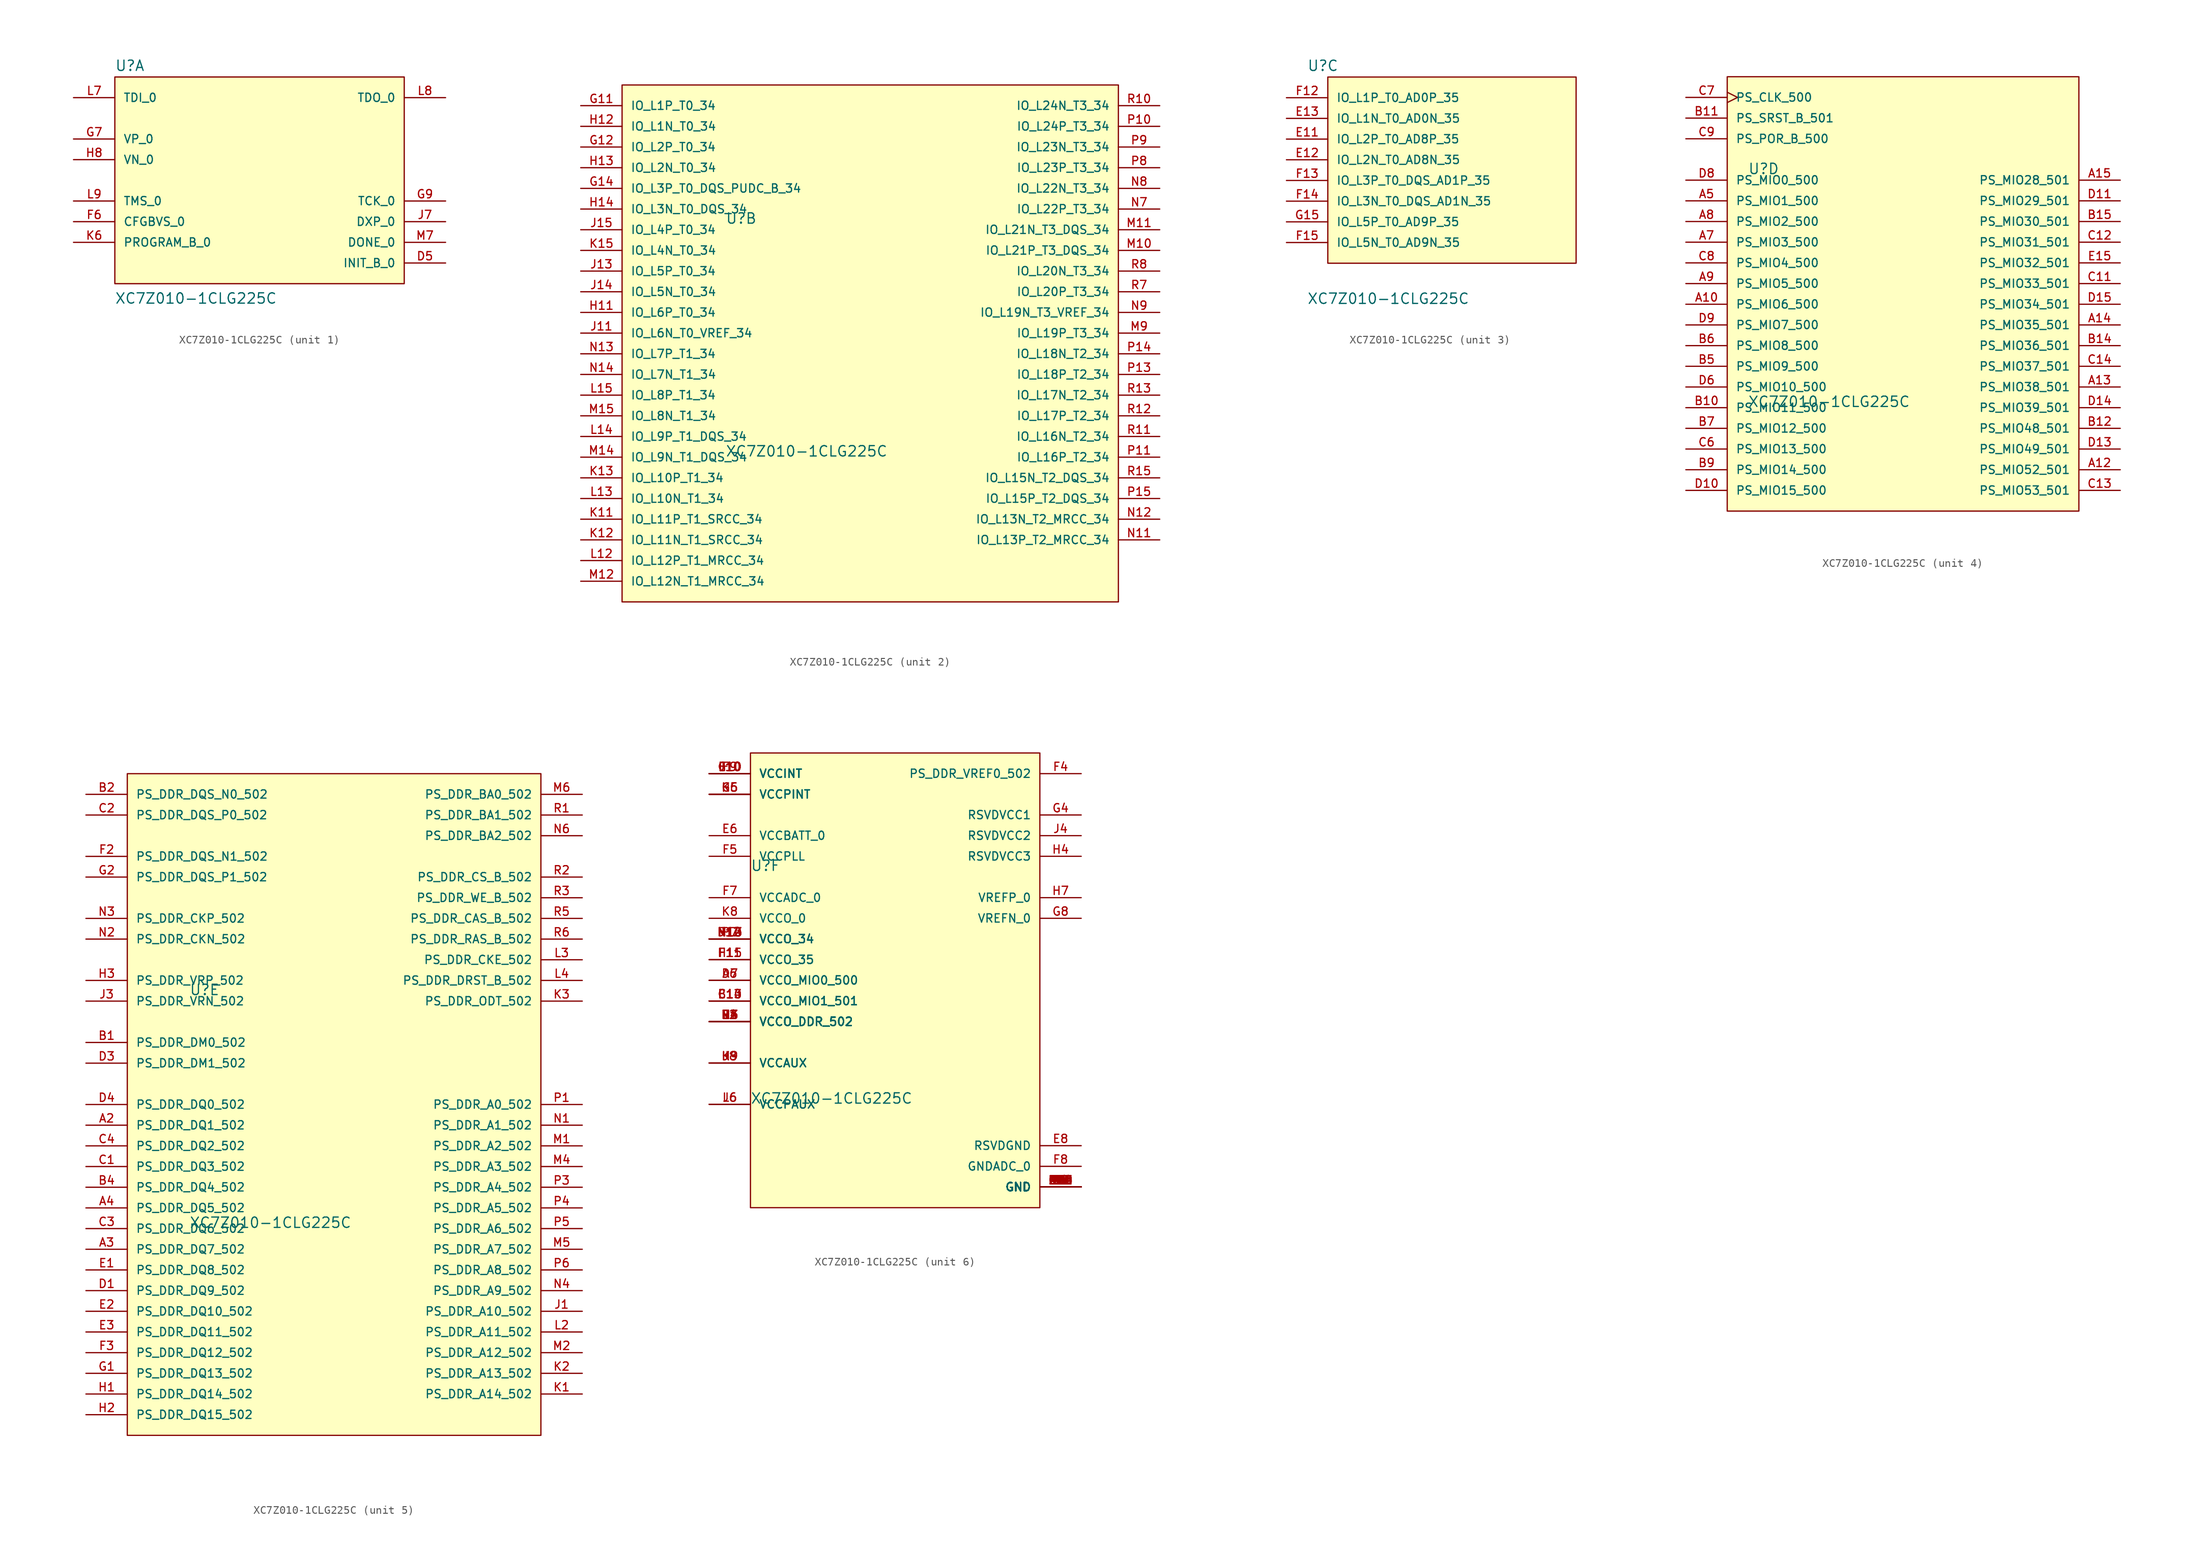
<source format=kicad_sym>
(kicad_symbol_lib
  (version 20211014)
  (generator kicad_symbol_editor)
  (symbol "XC7Z010-1CLG225C"
    (pin_names
      (offset 1.016))
    (property "Reference" "U"
      (at -17.791 13.344 0)
      (effects (font (size 1.27 1.27)) (justify bottom left)))
    (property "Value" "XC7Z010-1CLG225C"
      (at -17.798 -15.255 0)
      (effects (font (size 1.27 1.27)) (justify bottom left)))
    (symbol "XC7Z010-1CLG225C_1_0"
      (rectangle (start -17.78 -12.7) (end 17.78 12.7) (stroke (width 0.152)) (fill (type background)))
      (pin bidirectional line (at 22.86 -7.62 180.0) (length 5.08) (name "DONE_0" (effects (font (size 1.016 1.016)))) (number "M7" (effects (font (size 1.016 1.016)))))
      (pin bidirectional line (at 22.86 -5.08 180.0) (length 5.08) (name "DXP_0" (effects (font (size 1.016 1.016)))) (number "J7" (effects (font (size 1.016 1.016)))))
      (pin bidirectional line (at 22.86 -2.54 180.0) (length 5.08) (name "TCK_0" (effects (font (size 1.016 1.016)))) (number "G9" (effects (font (size 1.016 1.016)))))
      (pin bidirectional line (at 22.86 -10.16 180.0) (length 5.08) (name "INIT_B_0" (effects (font (size 1.016 1.016)))) (number "D5" (effects (font (size 1.016 1.016)))))
      (pin input line (at -22.86 10.16 0) (length 5.08) (name "TDI_0" (effects (font (size 1.016 1.016)))) (number "L7" (effects (font (size 1.016 1.016)))))
      (pin output line (at 22.86 10.16 180.0) (length 5.08) (name "TDO_0" (effects (font (size 1.016 1.016)))) (number "L8" (effects (font (size 1.016 1.016)))))
      (pin input line (at -22.86 -7.62 0) (length 5.08) (name "PROGRAM_B_0" (effects (font (size 1.016 1.016)))) (number "K6" (effects (font (size 1.016 1.016)))))
      (pin input line (at -22.86 -5.08 0) (length 5.08) (name "CFGBVS_0" (effects (font (size 1.016 1.016)))) (number "F6" (effects (font (size 1.016 1.016)))))
      (pin input line (at -22.86 -2.54 0) (length 5.08) (name "TMS_0" (effects (font (size 1.016 1.016)))) (number "L9" (effects (font (size 1.016 1.016)))))
      (pin input line (at -22.86 2.54 0) (length 5.08) (name "VN_0" (effects (font (size 1.016 1.016)))) (number "H8" (effects (font (size 1.016 1.016)))))
      (pin input line (at -22.86 5.08 0) (length 5.08) (name "VP_0" (effects (font (size 1.016 1.016)))) (number "G7" (effects (font (size 1.016 1.016))))))
    (symbol "XC7Z010-1CLG225C_2_0"
      (rectangle (start -30.48 -33.02) (end 30.48 30.48) (stroke (width 0.152)) (fill (type background)))
      (pin bidirectional line (at -35.56 27.94 0) (length 5.08) (name "IO_L1P_T0_34" (effects (font (size 1.016 1.016)))) (number "G11" (effects (font (size 1.016 1.016)))))
      (pin bidirectional line (at -35.56 25.4 0) (length 5.08) (name "IO_L1N_T0_34" (effects (font (size 1.016 1.016)))) (number "H12" (effects (font (size 1.016 1.016)))))
      (pin bidirectional line (at -35.56 22.86 0) (length 5.08) (name "IO_L2P_T0_34" (effects (font (size 1.016 1.016)))) (number "G12" (effects (font (size 1.016 1.016)))))
      (pin bidirectional line (at -35.56 20.32 0) (length 5.08) (name "IO_L2N_T0_34" (effects (font (size 1.016 1.016)))) (number "H13" (effects (font (size 1.016 1.016)))))
      (pin bidirectional line (at -35.56 17.78 0) (length 5.08) (name "IO_L3P_T0_DQS_PUDC_B_34" (effects (font (size 1.016 1.016)))) (number "G14" (effects (font (size 1.016 1.016)))))
      (pin bidirectional line (at -35.56 15.24 0) (length 5.08) (name "IO_L3N_T0_DQS_34" (effects (font (size 1.016 1.016)))) (number "H14" (effects (font (size 1.016 1.016)))))
      (pin bidirectional line (at -35.56 12.7 0) (length 5.08) (name "IO_L4P_T0_34" (effects (font (size 1.016 1.016)))) (number "J15" (effects (font (size 1.016 1.016)))))
      (pin bidirectional line (at -35.56 10.16 0) (length 5.08) (name "IO_L4N_T0_34" (effects (font (size 1.016 1.016)))) (number "K15" (effects (font (size 1.016 1.016)))))
      (pin bidirectional line (at -35.56 7.62 0) (length 5.08) (name "IO_L5P_T0_34" (effects (font (size 1.016 1.016)))) (number "J13" (effects (font (size 1.016 1.016)))))
      (pin bidirectional line (at -35.56 5.08 0) (length 5.08) (name "IO_L5N_T0_34" (effects (font (size 1.016 1.016)))) (number "J14" (effects (font (size 1.016 1.016)))))
      (pin bidirectional line (at -35.56 2.54 0) (length 5.08) (name "IO_L6P_T0_34" (effects (font (size 1.016 1.016)))) (number "H11" (effects (font (size 1.016 1.016)))))
      (pin bidirectional line (at -35.56 0.0 0) (length 5.08) (name "IO_L6N_T0_VREF_34" (effects (font (size 1.016 1.016)))) (number "J11" (effects (font (size 1.016 1.016)))))
      (pin bidirectional line (at -35.56 -2.54 0) (length 5.08) (name "IO_L7P_T1_34" (effects (font (size 1.016 1.016)))) (number "N13" (effects (font (size 1.016 1.016)))))
      (pin bidirectional line (at -35.56 -5.08 0) (length 5.08) (name "IO_L7N_T1_34" (effects (font (size 1.016 1.016)))) (number "N14" (effects (font (size 1.016 1.016)))))
      (pin bidirectional line (at -35.56 -7.62 0) (length 5.08) (name "IO_L8P_T1_34" (effects (font (size 1.016 1.016)))) (number "L15" (effects (font (size 1.016 1.016)))))
      (pin bidirectional line (at -35.56 -10.16 0) (length 5.08) (name "IO_L8N_T1_34" (effects (font (size 1.016 1.016)))) (number "M15" (effects (font (size 1.016 1.016)))))
      (pin bidirectional line (at -35.56 -12.7 0) (length 5.08) (name "IO_L9P_T1_DQS_34" (effects (font (size 1.016 1.016)))) (number "L14" (effects (font (size 1.016 1.016)))))
      (pin bidirectional line (at -35.56 -15.24 0) (length 5.08) (name "IO_L9N_T1_DQS_34" (effects (font (size 1.016 1.016)))) (number "M14" (effects (font (size 1.016 1.016)))))
      (pin bidirectional line (at -35.56 -17.78 0) (length 5.08) (name "IO_L10P_T1_34" (effects (font (size 1.016 1.016)))) (number "K13" (effects (font (size 1.016 1.016)))))
      (pin bidirectional line (at -35.56 -20.32 0) (length 5.08) (name "IO_L10N_T1_34" (effects (font (size 1.016 1.016)))) (number "L13" (effects (font (size 1.016 1.016)))))
      (pin bidirectional line (at -35.56 -22.86 0) (length 5.08) (name "IO_L11P_T1_SRCC_34" (effects (font (size 1.016 1.016)))) (number "K11" (effects (font (size 1.016 1.016)))))
      (pin bidirectional line (at -35.56 -25.4 0) (length 5.08) (name "IO_L11N_T1_SRCC_34" (effects (font (size 1.016 1.016)))) (number "K12" (effects (font (size 1.016 1.016)))))
      (pin bidirectional line (at -35.56 -27.94 0) (length 5.08) (name "IO_L12P_T1_MRCC_34" (effects (font (size 1.016 1.016)))) (number "L12" (effects (font (size 1.016 1.016)))))
      (pin bidirectional line (at -35.56 -30.48 0) (length 5.08) (name "IO_L12N_T1_MRCC_34" (effects (font (size 1.016 1.016)))) (number "M12" (effects (font (size 1.016 1.016)))))
      (pin bidirectional line (at 35.56 -25.4 180.0) (length 5.08) (name "IO_L13P_T2_MRCC_34" (effects (font (size 1.016 1.016)))) (number "N11" (effects (font (size 1.016 1.016)))))
      (pin bidirectional line (at 35.56 -22.86 180.0) (length 5.08) (name "IO_L13N_T2_MRCC_34" (effects (font (size 1.016 1.016)))) (number "N12" (effects (font (size 1.016 1.016)))))
      (pin bidirectional line (at 35.56 -17.78 180.0) (length 5.08) (name "IO_L15N_T2_DQS_34" (effects (font (size 1.016 1.016)))) (number "R15" (effects (font (size 1.016 1.016)))))
      (pin bidirectional line (at 35.56 -20.32 180.0) (length 5.08) (name "IO_L15P_T2_DQS_34" (effects (font (size 1.016 1.016)))) (number "P15" (effects (font (size 1.016 1.016)))))
      (pin bidirectional line (at 35.56 -15.24 180.0) (length 5.08) (name "IO_L16P_T2_34" (effects (font (size 1.016 1.016)))) (number "P11" (effects (font (size 1.016 1.016)))))
      (pin bidirectional line (at 35.56 -12.7 180.0) (length 5.08) (name "IO_L16N_T2_34" (effects (font (size 1.016 1.016)))) (number "R11" (effects (font (size 1.016 1.016)))))
      (pin bidirectional line (at 35.56 -10.16 180.0) (length 5.08) (name "IO_L17P_T2_34" (effects (font (size 1.016 1.016)))) (number "R12" (effects (font (size 1.016 1.016)))))
      (pin bidirectional line (at 35.56 -7.62 180.0) (length 5.08) (name "IO_L17N_T2_34" (effects (font (size 1.016 1.016)))) (number "R13" (effects (font (size 1.016 1.016)))))
      (pin bidirectional line (at 35.56 -5.08 180.0) (length 5.08) (name "IO_L18P_T2_34" (effects (font (size 1.016 1.016)))) (number "P13" (effects (font (size 1.016 1.016)))))
      (pin bidirectional line (at 35.56 -2.54 180.0) (length 5.08) (name "IO_L18N_T2_34" (effects (font (size 1.016 1.016)))) (number "P14" (effects (font (size 1.016 1.016)))))
      (pin bidirectional line (at 35.56 0.0 180.0) (length 5.08) (name "IO_L19P_T3_34" (effects (font (size 1.016 1.016)))) (number "M9" (effects (font (size 1.016 1.016)))))
      (pin bidirectional line (at 35.56 2.54 180.0) (length 5.08) (name "IO_L19N_T3_VREF_34" (effects (font (size 1.016 1.016)))) (number "N9" (effects (font (size 1.016 1.016)))))
      (pin bidirectional line (at 35.56 5.08 180.0) (length 5.08) (name "IO_L20P_T3_34" (effects (font (size 1.016 1.016)))) (number "R7" (effects (font (size 1.016 1.016)))))
      (pin bidirectional line (at 35.56 7.62 180.0) (length 5.08) (name "IO_L20N_T3_34" (effects (font (size 1.016 1.016)))) (number "R8" (effects (font (size 1.016 1.016)))))
      (pin bidirectional line (at 35.56 10.16 180.0) (length 5.08) (name "IO_L21P_T3_DQS_34" (effects (font (size 1.016 1.016)))) (number "M10" (effects (font (size 1.016 1.016)))))
      (pin bidirectional line (at 35.56 15.24 180.0) (length 5.08) (name "IO_L22P_T3_34" (effects (font (size 1.016 1.016)))) (number "N7" (effects (font (size 1.016 1.016)))))
      (pin bidirectional line (at 35.56 12.7 180.0) (length 5.08) (name "IO_L21N_T3_DQS_34" (effects (font (size 1.016 1.016)))) (number "M11" (effects (font (size 1.016 1.016)))))
      (pin bidirectional line (at 35.56 17.78 180.0) (length 5.08) (name "IO_L22N_T3_34" (effects (font (size 1.016 1.016)))) (number "N8" (effects (font (size 1.016 1.016)))))
      (pin bidirectional line (at 35.56 20.32 180.0) (length 5.08) (name "IO_L23P_T3_34" (effects (font (size 1.016 1.016)))) (number "P8" (effects (font (size 1.016 1.016)))))
      (pin bidirectional line (at 35.56 22.86 180.0) (length 5.08) (name "IO_L23N_T3_34" (effects (font (size 1.016 1.016)))) (number "P9" (effects (font (size 1.016 1.016)))))
      (pin bidirectional line (at 35.56 25.4 180.0) (length 5.08) (name "IO_L24P_T3_34" (effects (font (size 1.016 1.016)))) (number "P10" (effects (font (size 1.016 1.016)))))
      (pin bidirectional line (at 35.56 27.94 180.0) (length 5.08) (name "IO_L24N_T3_34" (effects (font (size 1.016 1.016)))) (number "R10" (effects (font (size 1.016 1.016))))))
    (symbol "XC7Z010-1CLG225C_3_0"
      (rectangle (start -15.24 -10.16) (end 15.24 12.7) (stroke (width 0.152)) (fill (type background)))
      (pin bidirectional line (at -20.32 10.16 0) (length 5.08) (name "IO_L1P_T0_AD0P_35" (effects (font (size 1.016 1.016)))) (number "F12" (effects (font (size 1.016 1.016)))))
      (pin bidirectional line (at -20.32 7.62 0) (length 5.08) (name "IO_L1N_T0_AD0N_35" (effects (font (size 1.016 1.016)))) (number "E13" (effects (font (size 1.016 1.016)))))
      (pin bidirectional line (at -20.32 5.08 0) (length 5.08) (name "IO_L2P_T0_AD8P_35" (effects (font (size 1.016 1.016)))) (number "E11" (effects (font (size 1.016 1.016)))))
      (pin bidirectional line (at -20.32 2.54 0) (length 5.08) (name "IO_L2N_T0_AD8N_35" (effects (font (size 1.016 1.016)))) (number "E12" (effects (font (size 1.016 1.016)))))
      (pin bidirectional line (at -20.32 0.0 0) (length 5.08) (name "IO_L3P_T0_DQS_AD1P_35" (effects (font (size 1.016 1.016)))) (number "F13" (effects (font (size 1.016 1.016)))))
      (pin bidirectional line (at -20.32 -2.54 0) (length 5.08) (name "IO_L3N_T0_DQS_AD1N_35" (effects (font (size 1.016 1.016)))) (number "F14" (effects (font (size 1.016 1.016)))))
      (pin bidirectional line (at -20.32 -5.08 0) (length 5.08) (name "IO_L5P_T0_AD9P_35" (effects (font (size 1.016 1.016)))) (number "G15" (effects (font (size 1.016 1.016)))))
      (pin bidirectional line (at -20.32 -7.62 0) (length 5.08) (name "IO_L5N_T0_AD9N_35" (effects (font (size 1.016 1.016)))) (number "F15" (effects (font (size 1.016 1.016))))))
    (symbol "XC7Z010-1CLG225C_4_0"
      (rectangle (start -20.32 -27.94) (end 22.86 25.4) (stroke (width 0.152)) (fill (type background)))
      (pin bidirectional line (at -25.4 10.16 0) (length 5.08) (name "PS_MIO1_500" (effects (font (size 1.016 1.016)))) (number "A5" (effects (font (size 1.016 1.016)))))
      (pin bidirectional line (at -25.4 5.08 0) (length 5.08) (name "PS_MIO3_500" (effects (font (size 1.016 1.016)))) (number "A7" (effects (font (size 1.016 1.016)))))
      (pin bidirectional line (at -25.4 7.62 0) (length 5.08) (name "PS_MIO2_500" (effects (font (size 1.016 1.016)))) (number "A8" (effects (font (size 1.016 1.016)))))
      (pin bidirectional line (at -25.4 0.0 0) (length 5.08) (name "PS_MIO5_500" (effects (font (size 1.016 1.016)))) (number "A9" (effects (font (size 1.016 1.016)))))
      (pin bidirectional line (at -25.4 -2.54 0) (length 5.08) (name "PS_MIO6_500" (effects (font (size 1.016 1.016)))) (number "A10" (effects (font (size 1.016 1.016)))))
      (pin bidirectional line (at 27.94 -22.86 180.0) (length 5.08) (name "PS_MIO52_501" (effects (font (size 1.016 1.016)))) (number "A12" (effects (font (size 1.016 1.016)))))
      (pin bidirectional line (at 27.94 -12.7 180.0) (length 5.08) (name "PS_MIO38_501" (effects (font (size 1.016 1.016)))) (number "A13" (effects (font (size 1.016 1.016)))))
      (pin bidirectional line (at 27.94 -5.08 180.0) (length 5.08) (name "PS_MIO35_501" (effects (font (size 1.016 1.016)))) (number "A14" (effects (font (size 1.016 1.016)))))
      (pin bidirectional line (at 27.94 12.7 180.0) (length 5.08) (name "PS_MIO28_501" (effects (font (size 1.016 1.016)))) (number "A15" (effects (font (size 1.016 1.016)))))
      (pin bidirectional line (at -25.4 -10.16 0) (length 5.08) (name "PS_MIO9_500" (effects (font (size 1.016 1.016)))) (number "B5" (effects (font (size 1.016 1.016)))))
      (pin bidirectional line (at -25.4 -7.62 0) (length 5.08) (name "PS_MIO8_500" (effects (font (size 1.016 1.016)))) (number "B6" (effects (font (size 1.016 1.016)))))
      (pin bidirectional line (at -25.4 -17.78 0) (length 5.08) (name "PS_MIO12_500" (effects (font (size 1.016 1.016)))) (number "B7" (effects (font (size 1.016 1.016)))))
      (pin bidirectional line (at -25.4 -22.86 0) (length 5.08) (name "PS_MIO14_500" (effects (font (size 1.016 1.016)))) (number "B9" (effects (font (size 1.016 1.016)))))
      (pin bidirectional line (at -25.4 -15.24 0) (length 5.08) (name "PS_MIO11_500" (effects (font (size 1.016 1.016)))) (number "B10" (effects (font (size 1.016 1.016)))))
      (pin input line (at -25.4 20.32 0) (length 5.08) (name "PS_SRST_B_501" (effects (font (size 1.016 1.016)))) (number "B11" (effects (font (size 1.016 1.016)))))
      (pin bidirectional line (at 27.94 -17.78 180.0) (length 5.08) (name "PS_MIO48_501" (effects (font (size 1.016 1.016)))) (number "B12" (effects (font (size 1.016 1.016)))))
      (pin bidirectional line (at 27.94 -7.62 180.0) (length 5.08) (name "PS_MIO36_501" (effects (font (size 1.016 1.016)))) (number "B14" (effects (font (size 1.016 1.016)))))
      (pin bidirectional line (at 27.94 7.62 180.0) (length 5.08) (name "PS_MIO30_501" (effects (font (size 1.016 1.016)))) (number "B15" (effects (font (size 1.016 1.016)))))
      (pin bidirectional line (at -25.4 -20.32 0) (length 5.08) (name "PS_MIO13_500" (effects (font (size 1.016 1.016)))) (number "C6" (effects (font (size 1.016 1.016)))))
      (pin input clock (at -25.4 22.86 0) (length 5.08) (name "PS_CLK_500" (effects (font (size 1.016 1.016)))) (number "C7" (effects (font (size 1.016 1.016)))))
      (pin bidirectional line (at -25.4 2.54 0) (length 5.08) (name "PS_MIO4_500" (effects (font (size 1.016 1.016)))) (number "C8" (effects (font (size 1.016 1.016)))))
      (pin input line (at -25.4 17.78 0) (length 5.08) (name "PS_POR_B_500" (effects (font (size 1.016 1.016)))) (number "C9" (effects (font (size 1.016 1.016)))))
      (pin bidirectional line (at 27.94 0.0 180.0) (length 5.08) (name "PS_MIO33_501" (effects (font (size 1.016 1.016)))) (number "C11" (effects (font (size 1.016 1.016)))))
      (pin bidirectional line (at 27.94 5.08 180.0) (length 5.08) (name "PS_MIO31_501" (effects (font (size 1.016 1.016)))) (number "C12" (effects (font (size 1.016 1.016)))))
      (pin bidirectional line (at 27.94 -25.4 180.0) (length 5.08) (name "PS_MIO53_501" (effects (font (size 1.016 1.016)))) (number "C13" (effects (font (size 1.016 1.016)))))
      (pin bidirectional line (at 27.94 -10.16 180.0) (length 5.08) (name "PS_MIO37_501" (effects (font (size 1.016 1.016)))) (number "C14" (effects (font (size 1.016 1.016)))))
      (pin bidirectional line (at -25.4 -12.7 0) (length 5.08) (name "PS_MIO10_500" (effects (font (size 1.016 1.016)))) (number "D6" (effects (font (size 1.016 1.016)))))
      (pin bidirectional line (at -25.4 12.7 0) (length 5.08) (name "PS_MIO0_500" (effects (font (size 1.016 1.016)))) (number "D8" (effects (font (size 1.016 1.016)))))
      (pin bidirectional line (at -25.4 -5.08 0) (length 5.08) (name "PS_MIO7_500" (effects (font (size 1.016 1.016)))) (number "D9" (effects (font (size 1.016 1.016)))))
      (pin bidirectional line (at -25.4 -25.4 0) (length 5.08) (name "PS_MIO15_500" (effects (font (size 1.016 1.016)))) (number "D10" (effects (font (size 1.016 1.016)))))
      (pin bidirectional line (at 27.94 10.16 180.0) (length 5.08) (name "PS_MIO29_501" (effects (font (size 1.016 1.016)))) (number "D11" (effects (font (size 1.016 1.016)))))
      (pin bidirectional line (at 27.94 -20.32 180.0) (length 5.08) (name "PS_MIO49_501" (effects (font (size 1.016 1.016)))) (number "D13" (effects (font (size 1.016 1.016)))))
      (pin bidirectional line (at 27.94 -15.24 180.0) (length 5.08) (name "PS_MIO39_501" (effects (font (size 1.016 1.016)))) (number "D14" (effects (font (size 1.016 1.016)))))
      (pin bidirectional line (at 27.94 -2.54 180.0) (length 5.08) (name "PS_MIO34_501" (effects (font (size 1.016 1.016)))) (number "D15" (effects (font (size 1.016 1.016)))))
      (pin bidirectional line (at 27.94 2.54 180.0) (length 5.08) (name "PS_MIO32_501" (effects (font (size 1.016 1.016)))) (number "E15" (effects (font (size 1.016 1.016))))))
    (symbol "XC7Z010-1CLG225C_5_0"
      (rectangle (start -25.4 -40.64) (end 25.4 40.64) (stroke (width 0.152)) (fill (type background)))
      (pin bidirectional line (at -30.48 -2.54 0) (length 5.08) (name "PS_DDR_DQ1_502" (effects (font (size 1.016 1.016)))) (number "A2" (effects (font (size 1.016 1.016)))))
      (pin bidirectional line (at -30.48 -17.78 0) (length 5.08) (name "PS_DDR_DQ7_502" (effects (font (size 1.016 1.016)))) (number "A3" (effects (font (size 1.016 1.016)))))
      (pin bidirectional line (at -30.48 -12.7 0) (length 5.08) (name "PS_DDR_DQ5_502" (effects (font (size 1.016 1.016)))) (number "A4" (effects (font (size 1.016 1.016)))))
      (pin bidirectional line (at -30.48 7.62 0) (length 5.08) (name "PS_DDR_DM0_502" (effects (font (size 1.016 1.016)))) (number "B1" (effects (font (size 1.016 1.016)))))
      (pin bidirectional line (at -30.48 38.1 0) (length 5.08) (name "PS_DDR_DQS_N0_502" (effects (font (size 1.016 1.016)))) (number "B2" (effects (font (size 1.016 1.016)))))
      (pin bidirectional line (at -30.48 -10.16 0) (length 5.08) (name "PS_DDR_DQ4_502" (effects (font (size 1.016 1.016)))) (number "B4" (effects (font (size 1.016 1.016)))))
      (pin bidirectional line (at -30.48 -7.62 0) (length 5.08) (name "PS_DDR_DQ3_502" (effects (font (size 1.016 1.016)))) (number "C1" (effects (font (size 1.016 1.016)))))
      (pin bidirectional line (at -30.48 35.56 0) (length 5.08) (name "PS_DDR_DQS_P0_502" (effects (font (size 1.016 1.016)))) (number "C2" (effects (font (size 1.016 1.016)))))
      (pin bidirectional line (at -30.48 -15.24 0) (length 5.08) (name "PS_DDR_DQ6_502" (effects (font (size 1.016 1.016)))) (number "C3" (effects (font (size 1.016 1.016)))))
      (pin bidirectional line (at -30.48 -5.08 0) (length 5.08) (name "PS_DDR_DQ2_502" (effects (font (size 1.016 1.016)))) (number "C4" (effects (font (size 1.016 1.016)))))
      (pin bidirectional line (at -30.48 -22.86 0) (length 5.08) (name "PS_DDR_DQ9_502" (effects (font (size 1.016 1.016)))) (number "D1" (effects (font (size 1.016 1.016)))))
      (pin bidirectional line (at -30.48 5.08 0) (length 5.08) (name "PS_DDR_DM1_502" (effects (font (size 1.016 1.016)))) (number "D3" (effects (font (size 1.016 1.016)))))
      (pin bidirectional line (at -30.48 0.0 0) (length 5.08) (name "PS_DDR_DQ0_502" (effects (font (size 1.016 1.016)))) (number "D4" (effects (font (size 1.016 1.016)))))
      (pin bidirectional line (at -30.48 -20.32 0) (length 5.08) (name "PS_DDR_DQ8_502" (effects (font (size 1.016 1.016)))) (number "E1" (effects (font (size 1.016 1.016)))))
      (pin bidirectional line (at -30.48 -25.4 0) (length 5.08) (name "PS_DDR_DQ10_502" (effects (font (size 1.016 1.016)))) (number "E2" (effects (font (size 1.016 1.016)))))
      (pin bidirectional line (at -30.48 -27.94 0) (length 5.08) (name "PS_DDR_DQ11_502" (effects (font (size 1.016 1.016)))) (number "E3" (effects (font (size 1.016 1.016)))))
      (pin bidirectional line (at -30.48 30.48 0) (length 5.08) (name "PS_DDR_DQS_N1_502" (effects (font (size 1.016 1.016)))) (number "F2" (effects (font (size 1.016 1.016)))))
      (pin bidirectional line (at -30.48 -30.48 0) (length 5.08) (name "PS_DDR_DQ12_502" (effects (font (size 1.016 1.016)))) (number "F3" (effects (font (size 1.016 1.016)))))
      (pin bidirectional line (at -30.48 -33.02 0) (length 5.08) (name "PS_DDR_DQ13_502" (effects (font (size 1.016 1.016)))) (number "G1" (effects (font (size 1.016 1.016)))))
      (pin bidirectional line (at -30.48 27.94 0) (length 5.08) (name "PS_DDR_DQS_P1_502" (effects (font (size 1.016 1.016)))) (number "G2" (effects (font (size 1.016 1.016)))))
      (pin bidirectional line (at -30.48 -35.56 0) (length 5.08) (name "PS_DDR_DQ14_502" (effects (font (size 1.016 1.016)))) (number "H1" (effects (font (size 1.016 1.016)))))
      (pin bidirectional line (at -30.48 -38.1 0) (length 5.08) (name "PS_DDR_DQ15_502" (effects (font (size 1.016 1.016)))) (number "H2" (effects (font (size 1.016 1.016)))))
      (pin bidirectional line (at -30.48 15.24 0) (length 5.08) (name "PS_DDR_VRP_502" (effects (font (size 1.016 1.016)))) (number "H3" (effects (font (size 1.016 1.016)))))
      (pin bidirectional line (at 30.48 -25.4 180.0) (length 5.08) (name "PS_DDR_A10_502" (effects (font (size 1.016 1.016)))) (number "J1" (effects (font (size 1.016 1.016)))))
      (pin bidirectional line (at -30.48 12.7 0) (length 5.08) (name "PS_DDR_VRN_502" (effects (font (size 1.016 1.016)))) (number "J3" (effects (font (size 1.016 1.016)))))
      (pin bidirectional line (at 30.48 -35.56 180.0) (length 5.08) (name "PS_DDR_A14_502" (effects (font (size 1.016 1.016)))) (number "K1" (effects (font (size 1.016 1.016)))))
      (pin bidirectional line (at 30.48 -33.02 180.0) (length 5.08) (name "PS_DDR_A13_502" (effects (font (size 1.016 1.016)))) (number "K2" (effects (font (size 1.016 1.016)))))
      (pin bidirectional line (at 30.48 12.7 180.0) (length 5.08) (name "PS_DDR_ODT_502" (effects (font (size 1.016 1.016)))) (number "K3" (effects (font (size 1.016 1.016)))))
      (pin bidirectional line (at 30.48 -27.94 180.0) (length 5.08) (name "PS_DDR_A11_502" (effects (font (size 1.016 1.016)))) (number "L2" (effects (font (size 1.016 1.016)))))
      (pin bidirectional line (at 30.48 17.78 180.0) (length 5.08) (name "PS_DDR_CKE_502" (effects (font (size 1.016 1.016)))) (number "L3" (effects (font (size 1.016 1.016)))))
      (pin bidirectional line (at 30.48 15.24 180.0) (length 5.08) (name "PS_DDR_DRST_B_502" (effects (font (size 1.016 1.016)))) (number "L4" (effects (font (size 1.016 1.016)))))
      (pin bidirectional line (at 30.48 -5.08 180.0) (length 5.08) (name "PS_DDR_A2_502" (effects (font (size 1.016 1.016)))) (number "M1" (effects (font (size 1.016 1.016)))))
      (pin bidirectional line (at 30.48 -30.48 180.0) (length 5.08) (name "PS_DDR_A12_502" (effects (font (size 1.016 1.016)))) (number "M2" (effects (font (size 1.016 1.016)))))
      (pin bidirectional line (at 30.48 -7.62 180.0) (length 5.08) (name "PS_DDR_A3_502" (effects (font (size 1.016 1.016)))) (number "M4" (effects (font (size 1.016 1.016)))))
      (pin bidirectional line (at 30.48 -17.78 180.0) (length 5.08) (name "PS_DDR_A7_502" (effects (font (size 1.016 1.016)))) (number "M5" (effects (font (size 1.016 1.016)))))
      (pin bidirectional line (at 30.48 38.1 180.0) (length 5.08) (name "PS_DDR_BA0_502" (effects (font (size 1.016 1.016)))) (number "M6" (effects (font (size 1.016 1.016)))))
      (pin bidirectional line (at 30.48 -2.54 180.0) (length 5.08) (name "PS_DDR_A1_502" (effects (font (size 1.016 1.016)))) (number "N1" (effects (font (size 1.016 1.016)))))
      (pin bidirectional line (at -30.48 20.32 0) (length 5.08) (name "PS_DDR_CKN_502" (effects (font (size 1.016 1.016)))) (number "N2" (effects (font (size 1.016 1.016)))))
      (pin bidirectional line (at -30.48 22.86 0) (length 5.08) (name "PS_DDR_CKP_502" (effects (font (size 1.016 1.016)))) (number "N3" (effects (font (size 1.016 1.016)))))
      (pin bidirectional line (at 30.48 -22.86 180.0) (length 5.08) (name "PS_DDR_A9_502" (effects (font (size 1.016 1.016)))) (number "N4" (effects (font (size 1.016 1.016)))))
      (pin bidirectional line (at 30.48 33.02 180.0) (length 5.08) (name "PS_DDR_BA2_502" (effects (font (size 1.016 1.016)))) (number "N6" (effects (font (size 1.016 1.016)))))
      (pin bidirectional line (at 30.48 0.0 180.0) (length 5.08) (name "PS_DDR_A0_502" (effects (font (size 1.016 1.016)))) (number "P1" (effects (font (size 1.016 1.016)))))
      (pin bidirectional line (at 30.48 -10.16 180.0) (length 5.08) (name "PS_DDR_A4_502" (effects (font (size 1.016 1.016)))) (number "P3" (effects (font (size 1.016 1.016)))))
      (pin bidirectional line (at 30.48 -12.7 180.0) (length 5.08) (name "PS_DDR_A5_502" (effects (font (size 1.016 1.016)))) (number "P4" (effects (font (size 1.016 1.016)))))
      (pin bidirectional line (at 30.48 -15.24 180.0) (length 5.08) (name "PS_DDR_A6_502" (effects (font (size 1.016 1.016)))) (number "P5" (effects (font (size 1.016 1.016)))))
      (pin bidirectional line (at 30.48 -20.32 180.0) (length 5.08) (name "PS_DDR_A8_502" (effects (font (size 1.016 1.016)))) (number "P6" (effects (font (size 1.016 1.016)))))
      (pin bidirectional line (at 30.48 35.56 180.0) (length 5.08) (name "PS_DDR_BA1_502" (effects (font (size 1.016 1.016)))) (number "R1" (effects (font (size 1.016 1.016)))))
      (pin bidirectional line (at 30.48 27.94 180.0) (length 5.08) (name "PS_DDR_CS_B_502" (effects (font (size 1.016 1.016)))) (number "R2" (effects (font (size 1.016 1.016)))))
      (pin bidirectional line (at 30.48 25.4 180.0) (length 5.08) (name "PS_DDR_WE_B_502" (effects (font (size 1.016 1.016)))) (number "R3" (effects (font (size 1.016 1.016)))))
      (pin bidirectional line (at 30.48 22.86 180.0) (length 5.08) (name "PS_DDR_CAS_B_502" (effects (font (size 1.016 1.016)))) (number "R5" (effects (font (size 1.016 1.016)))))
      (pin bidirectional line (at 30.48 20.32 180.0) (length 5.08) (name "PS_DDR_RAS_B_502" (effects (font (size 1.016 1.016)))) (number "R6" (effects (font (size 1.016 1.016))))))
    (symbol "XC7Z010-1CLG225C_6_0"
      (rectangle (start -17.78 -27.94) (end 17.78 27.94) (stroke (width 0.152)) (fill (type background)))
      (pin power_in line (at -22.86 -10.16 0) (length 5.08) (name "VCCAUX" (effects (font (size 1.016 1.016)))) (number "H9" (effects (font (size 1.016 1.016)))))
      (pin power_in line (at -22.86 -10.16 0) (length 5.08) (name "VCCAUX" (effects (font (size 1.016 1.016)))) (number "J8" (effects (font (size 1.016 1.016)))))
      (pin power_in line (at -22.86 -10.16 0) (length 5.08) (name "VCCAUX" (effects (font (size 1.016 1.016)))) (number "K9" (effects (font (size 1.016 1.016)))))
      (pin power_in line (at 22.86 -22.86 180.0) (length 5.08) (name "GNDADC_0" (effects (font (size 1.016 1.016)))) (number "F8" (effects (font (size 1.016 1.016)))))
      (pin power_in line (at -22.86 10.16 0) (length 5.08) (name "VCCADC_0" (effects (font (size 1.016 1.016)))) (number "F7" (effects (font (size 1.016 1.016)))))
      (pin power_in line (at 22.86 -20.32 180.0) (length 5.08) (name "RSVDGND" (effects (font (size 1.016 1.016)))) (number "E8" (effects (font (size 1.016 1.016)))))
      (pin power_in line (at -22.86 17.78 0) (length 5.08) (name "VCCBATT_0" (effects (font (size 1.016 1.016)))) (number "E6" (effects (font (size 1.016 1.016)))))
      (pin power_in line (at -22.86 25.4 0) (length 5.08) (name "VCCINT" (effects (font (size 1.016 1.016)))) (number "E10" (effects (font (size 1.016 1.016)))))
      (pin power_in line (at -22.86 25.4 0) (length 5.08) (name "VCCINT" (effects (font (size 1.016 1.016)))) (number "F9" (effects (font (size 1.016 1.016)))))
      (pin power_in line (at -22.86 25.4 0) (length 5.08) (name "VCCINT" (effects (font (size 1.016 1.016)))) (number "G10" (effects (font (size 1.016 1.016)))))
      (pin power_in line (at -22.86 25.4 0) (length 5.08) (name "VCCINT" (effects (font (size 1.016 1.016)))) (number "J10" (effects (font (size 1.016 1.016)))))
      (pin power_in line (at -22.86 25.4 0) (length 5.08) (name "VCCINT" (effects (font (size 1.016 1.016)))) (number "L10" (effects (font (size 1.016 1.016)))))
      (pin power_in line (at 22.86 15.24 180.0) (length 5.08) (name "RSVDVCC3" (effects (font (size 1.016 1.016)))) (number "H4" (effects (font (size 1.016 1.016)))))
      (pin power_in line (at 22.86 7.62 180.0) (length 5.08) (name "VREFN_0" (effects (font (size 1.016 1.016)))) (number "G8" (effects (font (size 1.016 1.016)))))
      (pin power_in line (at 22.86 10.16 180.0) (length 5.08) (name "VREFP_0" (effects (font (size 1.016 1.016)))) (number "H7" (effects (font (size 1.016 1.016)))))
      (pin power_in line (at 22.86 20.32 180.0) (length 5.08) (name "RSVDVCC1" (effects (font (size 1.016 1.016)))) (number "G4" (effects (font (size 1.016 1.016)))))
      (pin power_in line (at 22.86 17.78 180.0) (length 5.08) (name "RSVDVCC2" (effects (font (size 1.016 1.016)))) (number "J4" (effects (font (size 1.016 1.016)))))
      (pin power_in line (at 22.86 -25.4 180.0) (length 5.08) (name "GND" (effects (font (size 1.016 1.016)))) (number "A1" (effects (font (size 1.016 1.016)))))
      (pin power_in line (at 22.86 -25.4 180.0) (length 5.08) (name "GND" (effects (font (size 1.016 1.016)))) (number "A11" (effects (font (size 1.016 1.016)))))
      (pin power_in line (at 22.86 -25.4 180.0) (length 5.08) (name "GND" (effects (font (size 1.016 1.016)))) (number "B8" (effects (font (size 1.016 1.016)))))
      (pin power_in line (at 22.86 -25.4 180.0) (length 5.08) (name "GND" (effects (font (size 1.016 1.016)))) (number "C5" (effects (font (size 1.016 1.016)))))
      (pin power_in line (at 22.86 -25.4 180.0) (length 5.08) (name "GND" (effects (font (size 1.016 1.016)))) (number "C15" (effects (font (size 1.016 1.016)))))
      (pin power_in line (at 22.86 -25.4 180.0) (length 5.08) (name "GND" (effects (font (size 1.016 1.016)))) (number "D2" (effects (font (size 1.016 1.016)))))
      (pin power_in line (at 22.86 -25.4 180.0) (length 5.08) (name "GND" (effects (font (size 1.016 1.016)))) (number "D12" (effects (font (size 1.016 1.016)))))
      (pin power_in line (at 22.86 -25.4 180.0) (length 5.08) (name "GND" (effects (font (size 1.016 1.016)))) (number "E5" (effects (font (size 1.016 1.016)))))
      (pin power_in line (at 22.86 -25.4 180.0) (length 5.08) (name "GND" (effects (font (size 1.016 1.016)))) (number "E7" (effects (font (size 1.016 1.016)))))
      (pin power_in line (at 22.86 -25.4 180.0) (length 5.08) (name "GND" (effects (font (size 1.016 1.016)))) (number "E9" (effects (font (size 1.016 1.016)))))
      (pin power_in line (at 22.86 -25.4 180.0) (length 5.08) (name "GND" (effects (font (size 1.016 1.016)))) (number "F10" (effects (font (size 1.016 1.016)))))
      (pin power_in line (at 22.86 -25.4 180.0) (length 5.08) (name "GND" (effects (font (size 1.016 1.016)))) (number "G3" (effects (font (size 1.016 1.016)))))
      (pin power_in line (at 22.86 -25.4 180.0) (length 5.08) (name "GND" (effects (font (size 1.016 1.016)))) (number "G5" (effects (font (size 1.016 1.016)))))
      (pin power_in line (at 22.86 -25.4 180.0) (length 5.08) (name "GND" (effects (font (size 1.016 1.016)))) (number "G13" (effects (font (size 1.016 1.016)))))
      (pin power_in line (at 22.86 -25.4 180.0) (length 5.08) (name "GND" (effects (font (size 1.016 1.016)))) (number "H6" (effects (font (size 1.016 1.016)))))
      (pin power_in line (at 22.86 -25.4 180.0) (length 5.08) (name "GND" (effects (font (size 1.016 1.016)))) (number "H10" (effects (font (size 1.016 1.016)))))
      (pin power_in line (at 22.86 -25.4 180.0) (length 5.08) (name "GND" (effects (font (size 1.016 1.016)))) (number "J5" (effects (font (size 1.016 1.016)))))
      (pin power_in line (at 22.86 -25.4 180.0) (length 5.08) (name "GND" (effects (font (size 1.016 1.016)))) (number "J9" (effects (font (size 1.016 1.016)))))
      (pin power_in line (at 22.86 -25.4 180.0) (length 5.08) (name "GND" (effects (font (size 1.016 1.016)))) (number "K4" (effects (font (size 1.016 1.016)))))
      (pin power_in line (at 22.86 -25.4 180.0) (length 5.08) (name "GND" (effects (font (size 1.016 1.016)))) (number "K7" (effects (font (size 1.016 1.016)))))
      (pin power_in line (at 22.86 -25.4 180.0) (length 5.08) (name "GND" (effects (font (size 1.016 1.016)))) (number "K10" (effects (font (size 1.016 1.016)))))
      (pin power_in line (at 22.86 -25.4 180.0) (length 5.08) (name "GND" (effects (font (size 1.016 1.016)))) (number "K14" (effects (font (size 1.016 1.016)))))
      (pin power_in line (at 22.86 -25.4 180.0) (length 5.08) (name "GND" (effects (font (size 1.016 1.016)))) (number "L1" (effects (font (size 1.016 1.016)))))
      (pin power_in line (at 22.86 -25.4 180.0) (length 5.08) (name "GND" (effects (font (size 1.016 1.016)))) (number "L5" (effects (font (size 1.016 1.016)))))
      (pin power_in line (at 22.86 -25.4 180.0) (length 5.08) (name "GND" (effects (font (size 1.016 1.016)))) (number "L11" (effects (font (size 1.016 1.016)))))
      (pin power_in line (at 22.86 -25.4 180.0) (length 5.08) (name "GND" (effects (font (size 1.016 1.016)))) (number "M8" (effects (font (size 1.016 1.016)))))
      (pin power_in line (at 22.86 -25.4 180.0) (length 5.08) (name "GND" (effects (font (size 1.016 1.016)))) (number "N5" (effects (font (size 1.016 1.016)))))
      (pin power_in line (at 22.86 -25.4 180.0) (length 5.08) (name "GND" (effects (font (size 1.016 1.016)))) (number "N15" (effects (font (size 1.016 1.016)))))
      (pin power_in line (at 22.86 -25.4 180.0) (length 5.08) (name "GND" (effects (font (size 1.016 1.016)))) (number "P2" (effects (font (size 1.016 1.016)))))
      (pin power_in line (at 22.86 -25.4 180.0) (length 5.08) (name "GND" (effects (font (size 1.016 1.016)))) (number "P12" (effects (font (size 1.016 1.016)))))
      (pin power_in line (at 22.86 -25.4 180.0) (length 5.08) (name "GND" (effects (font (size 1.016 1.016)))) (number "R9" (effects (font (size 1.016 1.016)))))
      (pin power_in line (at -22.86 7.62 0) (length 5.08) (name "VCCO_0" (effects (font (size 1.016 1.016)))) (number "K8" (effects (font (size 1.016 1.016)))))
      (pin power_in line (at -22.86 5.08 0) (length 5.08) (name "VCCO_34" (effects (font (size 1.016 1.016)))) (number "J12" (effects (font (size 1.016 1.016)))))
      (pin power_in line (at -22.86 5.08 0) (length 5.08) (name "VCCO_34" (effects (font (size 1.016 1.016)))) (number "M13" (effects (font (size 1.016 1.016)))))
      (pin power_in line (at -22.86 5.08 0) (length 5.08) (name "VCCO_34" (effects (font (size 1.016 1.016)))) (number "N10" (effects (font (size 1.016 1.016)))))
      (pin power_in line (at -22.86 5.08 0) (length 5.08) (name "VCCO_34" (effects (font (size 1.016 1.016)))) (number "P7" (effects (font (size 1.016 1.016)))))
      (pin power_in line (at -22.86 5.08 0) (length 5.08) (name "VCCO_34" (effects (font (size 1.016 1.016)))) (number "R14" (effects (font (size 1.016 1.016)))))
      (pin power_in line (at -22.86 2.54 0) (length 5.08) (name "VCCO_35" (effects (font (size 1.016 1.016)))) (number "F11" (effects (font (size 1.016 1.016)))))
      (pin power_in line (at -22.86 2.54 0) (length 5.08) (name "VCCO_35" (effects (font (size 1.016 1.016)))) (number "H15" (effects (font (size 1.016 1.016)))))
      (pin power_in line (at -22.86 -5.08 0) (length 5.08) (name "VCCO_DDR_502" (effects (font (size 1.016 1.016)))) (number "B3" (effects (font (size 1.016 1.016)))))
      (pin power_in line (at -22.86 -5.08 0) (length 5.08) (name "VCCO_DDR_502" (effects (font (size 1.016 1.016)))) (number "E4" (effects (font (size 1.016 1.016)))))
      (pin power_in line (at -22.86 -5.08 0) (length 5.08) (name "VCCO_DDR_502" (effects (font (size 1.016 1.016)))) (number "F1" (effects (font (size 1.016 1.016)))))
      (pin power_in line (at -22.86 -5.08 0) (length 5.08) (name "VCCO_DDR_502" (effects (font (size 1.016 1.016)))) (number "J2" (effects (font (size 1.016 1.016)))))
      (pin power_in line (at -22.86 -5.08 0) (length 5.08) (name "VCCO_DDR_502" (effects (font (size 1.016 1.016)))) (number "M3" (effects (font (size 1.016 1.016)))))
      (pin power_in line (at -22.86 -5.08 0) (length 5.08) (name "VCCO_DDR_502" (effects (font (size 1.016 1.016)))) (number "R4" (effects (font (size 1.016 1.016)))))
      (pin power_in line (at -22.86 0.0 0) (length 5.08) (name "VCCO_MIO0_500" (effects (font (size 1.016 1.016)))) (number "A6" (effects (font (size 1.016 1.016)))))
      (pin power_in line (at -22.86 0.0 0) (length 5.08) (name "VCCO_MIO0_500" (effects (font (size 1.016 1.016)))) (number "D7" (effects (font (size 1.016 1.016)))))
      (pin power_in line (at -22.86 -2.54 0) (length 5.08) (name "VCCO_MIO1_501" (effects (font (size 1.016 1.016)))) (number "B13" (effects (font (size 1.016 1.016)))))
      (pin power_in line (at -22.86 -2.54 0) (length 5.08) (name "VCCO_MIO1_501" (effects (font (size 1.016 1.016)))) (number "C10" (effects (font (size 1.016 1.016)))))
      (pin power_in line (at -22.86 -2.54 0) (length 5.08) (name "VCCO_MIO1_501" (effects (font (size 1.016 1.016)))) (number "E14" (effects (font (size 1.016 1.016)))))
      (pin power_in line (at -22.86 -15.24 0) (length 5.08) (name "VCCPAUX" (effects (font (size 1.016 1.016)))) (number "J6" (effects (font (size 1.016 1.016)))))
      (pin power_in line (at -22.86 -15.24 0) (length 5.08) (name "VCCPAUX" (effects (font (size 1.016 1.016)))) (number "L6" (effects (font (size 1.016 1.016)))))
      (pin power_in line (at -22.86 22.86 0) (length 5.08) (name "VCCPINT" (effects (font (size 1.016 1.016)))) (number "G6" (effects (font (size 1.016 1.016)))))
      (pin power_in line (at -22.86 22.86 0) (length 5.08) (name "VCCPINT" (effects (font (size 1.016 1.016)))) (number "H5" (effects (font (size 1.016 1.016)))))
      (pin power_in line (at -22.86 22.86 0) (length 5.08) (name "VCCPINT" (effects (font (size 1.016 1.016)))) (number "K5" (effects (font (size 1.016 1.016)))))
      (pin power_in line (at -22.86 15.24 0) (length 5.08) (name "VCCPLL" (effects (font (size 1.016 1.016)))) (number "F5" (effects (font (size 1.016 1.016)))))
      (pin power_in line (at 22.86 25.4 180.0) (length 5.08) (name "PS_DDR_VREF0_502" (effects (font (size 1.016 1.016)))) (number "F4" (effects (font (size 1.016 1.016))))))))
</source>
